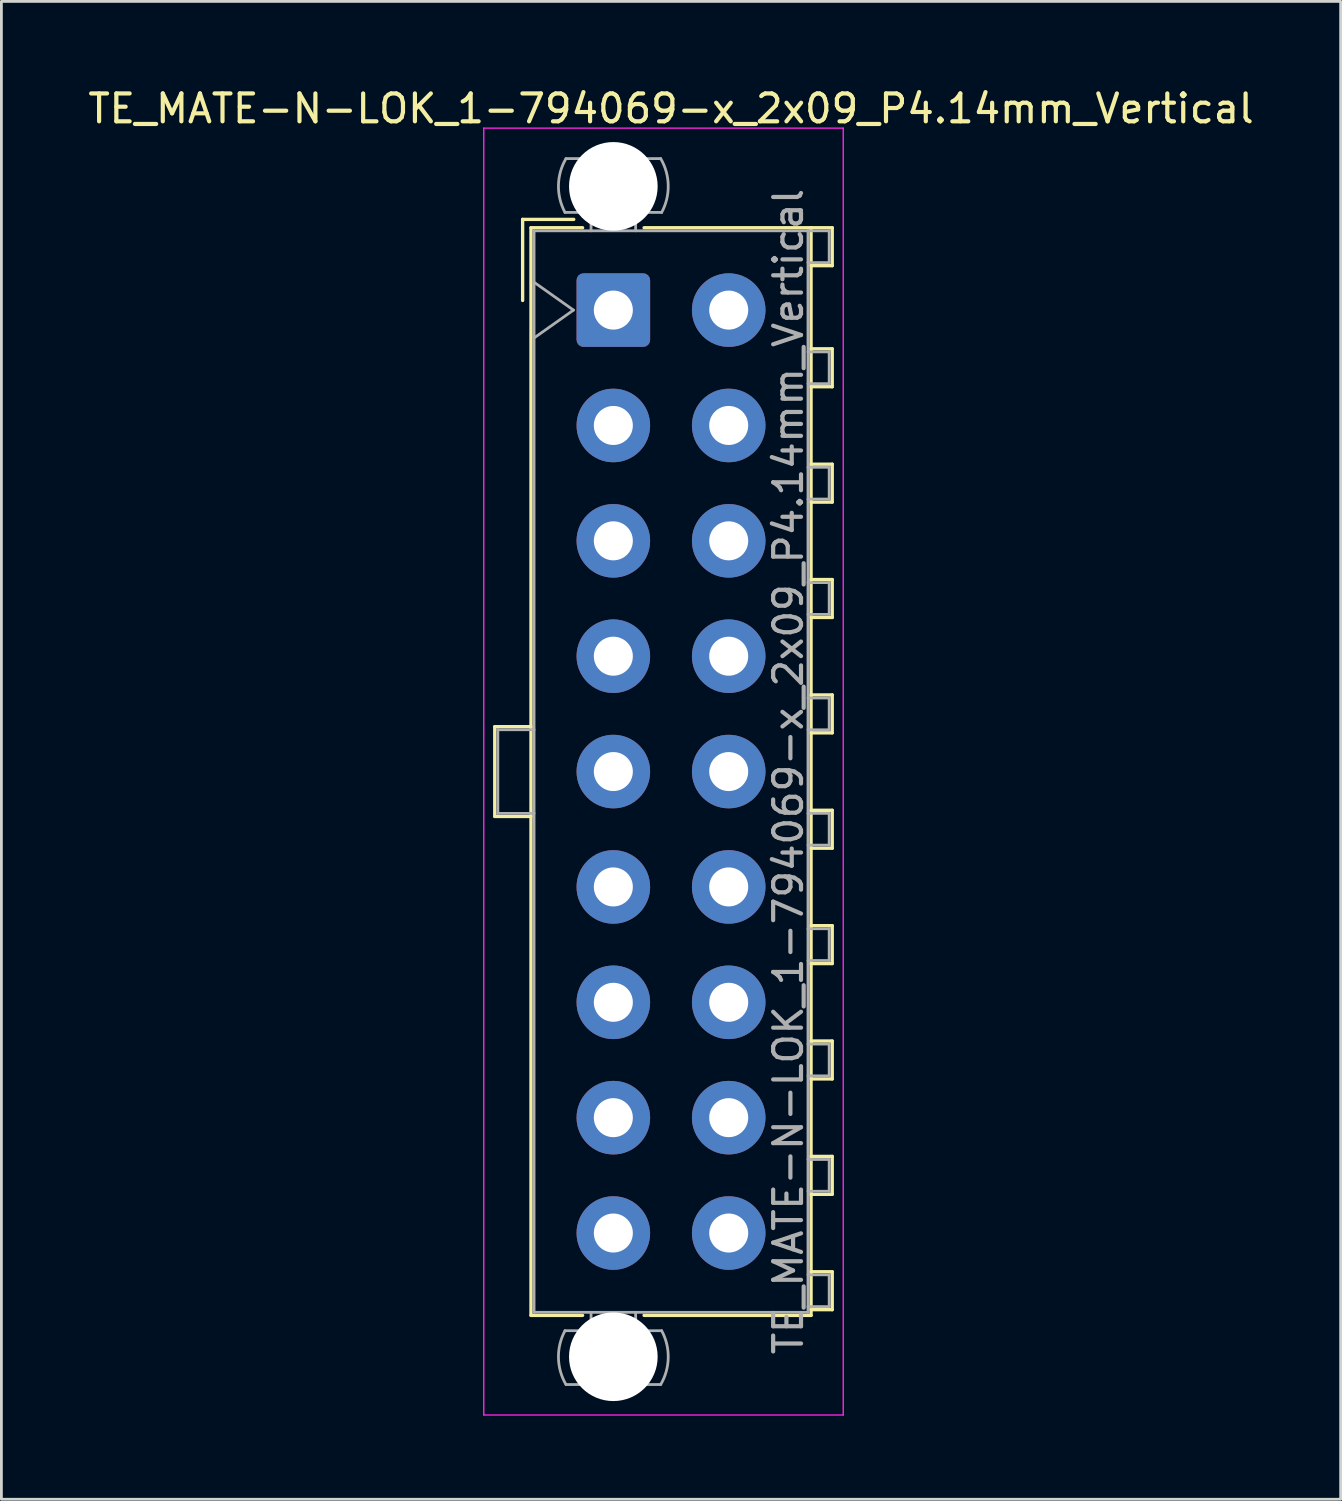
<source format=kicad_pcb>
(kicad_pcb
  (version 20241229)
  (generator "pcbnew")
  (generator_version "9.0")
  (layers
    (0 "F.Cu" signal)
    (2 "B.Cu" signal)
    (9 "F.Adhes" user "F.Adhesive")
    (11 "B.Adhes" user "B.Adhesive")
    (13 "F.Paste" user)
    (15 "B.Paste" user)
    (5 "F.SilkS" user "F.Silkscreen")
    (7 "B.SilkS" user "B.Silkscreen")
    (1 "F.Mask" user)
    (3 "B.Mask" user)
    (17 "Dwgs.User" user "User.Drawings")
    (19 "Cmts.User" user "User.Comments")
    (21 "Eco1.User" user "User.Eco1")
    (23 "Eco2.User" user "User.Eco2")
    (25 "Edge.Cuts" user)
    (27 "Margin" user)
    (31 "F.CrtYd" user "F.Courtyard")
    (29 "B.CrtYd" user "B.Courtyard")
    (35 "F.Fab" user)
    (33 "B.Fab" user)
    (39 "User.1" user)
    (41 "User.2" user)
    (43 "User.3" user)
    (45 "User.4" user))
  (footprint "TE_MATE-N-LOK_1-794069-x_2x09_P4.14mm_Vertical"
    (layer "F.Cu")
    (at 18.96 8.078)
    (property "Reference" "TE_MATE-N-LOK_1-794069-x_2x09_P4.14mm_Vertical" (at 2.07 -7.23 0) (layer "F.SilkS") (effects (font (size 1 1) (thickness 0.15))))
    (attr through_hole)
    (fp_line (start -4.255 14.95) (end -4.255 18.17) (stroke (width 0.12) (type solid)) (layer "F.SilkS"))
    (fp_line (start -4.255 18.17) (end -2.955 18.17) (stroke (width 0.12) (type solid)) (layer "F.SilkS"))
    (fp_line (start -3.255 -3.255) (end -3.255 -0.345) (stroke (width 0.12) (type solid)) (layer "F.SilkS"))
    (fp_line (start -2.955 -2.955) (end -2.955 36.075) (stroke (width 0.12) (type solid)) (layer "F.SilkS"))
    (fp_line (start -2.955 14.95) (end -4.255 14.95) (stroke (width 0.12) (type solid)) (layer "F.SilkS"))
    (fp_line (start -2.955 36.075) (end -1.103 36.075) (stroke (width 0.12) (type solid)) (layer "F.SilkS"))
    (fp_line (start -1.421 -3.255) (end -3.255 -3.255) (stroke (width 0.12) (type solid)) (layer "F.SilkS"))
    (fp_line (start -1.103 -2.955) (end -2.955 -2.955) (stroke (width 0.12) (type solid)) (layer "F.SilkS"))
    (fp_line (start 1.103 -2.955) (end 7.095 -2.955) (stroke (width 0.12) (type solid)) (layer "F.SilkS"))
    (fp_line (start 7.095 -2.955) (end 7.095 36.075) (stroke (width 0.12) (type solid)) (layer "F.SilkS"))
    (fp_line (start 7.095 -2.955) (end 7.855 -2.955) (stroke (width 0.12) (type solid)) (layer "F.SilkS"))
    (fp_line (start 7.095 1.39) (end 7.855 1.39) (stroke (width 0.12) (type solid)) (layer "F.SilkS"))
    (fp_line (start 7.095 5.53) (end 7.855 5.53) (stroke (width 0.12) (type solid)) (layer "F.SilkS"))
    (fp_line (start 7.095 9.67) (end 7.855 9.67) (stroke (width 0.12) (type solid)) (layer "F.SilkS"))
    (fp_line (start 7.095 13.81) (end 7.855 13.81) (stroke (width 0.12) (type solid)) (layer "F.SilkS"))
    (fp_line (start 7.095 17.95) (end 7.855 17.95) (stroke (width 0.12) (type solid)) (layer "F.SilkS"))
    (fp_line (start 7.095 22.09) (end 7.855 22.09) (stroke (width 0.12) (type solid)) (layer "F.SilkS"))
    (fp_line (start 7.095 26.23) (end 7.855 26.23) (stroke (width 0.12) (type solid)) (layer "F.SilkS"))
    (fp_line (start 7.095 30.37) (end 7.855 30.37) (stroke (width 0.12) (type solid)) (layer "F.SilkS"))
    (fp_line (start 7.095 34.51) (end 7.855 34.51) (stroke (width 0.12) (type solid)) (layer "F.SilkS"))
    (fp_line (start 7.095 36.075) (end 1.103 36.075) (stroke (width 0.12) (type solid)) (layer "F.SilkS"))
    (fp_line (start 7.855 -2.955) (end 7.855 -1.595) (stroke (width 0.12) (type solid)) (layer "F.SilkS"))
    (fp_line (start 7.855 -1.595) (end 7.095 -1.595) (stroke (width 0.12) (type solid)) (layer "F.SilkS"))
    (fp_line (start 7.855 1.39) (end 7.855 2.75) (stroke (width 0.12) (type solid)) (layer "F.SilkS"))
    (fp_line (start 7.855 2.75) (end 7.095 2.75) (stroke (width 0.12) (type solid)) (layer "F.SilkS"))
    (fp_line (start 7.855 5.53) (end 7.855 6.89) (stroke (width 0.12) (type solid)) (layer "F.SilkS"))
    (fp_line (start 7.855 6.89) (end 7.095 6.89) (stroke (width 0.12) (type solid)) (layer "F.SilkS"))
    (fp_line (start 7.855 9.67) (end 7.855 11.03) (stroke (width 0.12) (type solid)) (layer "F.SilkS"))
    (fp_line (start 7.855 11.03) (end 7.095 11.03) (stroke (width 0.12) (type solid)) (layer "F.SilkS"))
    (fp_line (start 7.855 13.81) (end 7.855 15.17) (stroke (width 0.12) (type solid)) (layer "F.SilkS"))
    (fp_line (start 7.855 15.17) (end 7.095 15.17) (stroke (width 0.12) (type solid)) (layer "F.SilkS"))
    (fp_line (start 7.855 17.95) (end 7.855 19.31) (stroke (width 0.12) (type solid)) (layer "F.SilkS"))
    (fp_line (start 7.855 19.31) (end 7.095 19.31) (stroke (width 0.12) (type solid)) (layer "F.SilkS"))
    (fp_line (start 7.855 22.09) (end 7.855 23.45) (stroke (width 0.12) (type solid)) (layer "F.SilkS"))
    (fp_line (start 7.855 23.45) (end 7.095 23.45) (stroke (width 0.12) (type solid)) (layer "F.SilkS"))
    (fp_line (start 7.855 26.23) (end 7.855 27.59) (stroke (width 0.12) (type solid)) (layer "F.SilkS"))
    (fp_line (start 7.855 27.59) (end 7.095 27.59) (stroke (width 0.12) (type solid)) (layer "F.SilkS"))
    (fp_line (start 7.855 30.37) (end 7.855 31.73) (stroke (width 0.12) (type solid)) (layer "F.SilkS"))
    (fp_line (start 7.855 31.73) (end 7.095 31.73) (stroke (width 0.12) (type solid)) (layer "F.SilkS"))
    (fp_line (start 7.855 34.51) (end 7.855 35.87) (stroke (width 0.12) (type solid)) (layer "F.SilkS"))
    (fp_line (start 7.855 35.87) (end 7.095 35.87) (stroke (width 0.12) (type solid)) (layer "F.SilkS"))
    (fp_line (start -4.65 -6.53) (end -4.65 39.65) (stroke (width 0.05) (type solid)) (layer "F.CrtYd"))
    (fp_line (start -4.65 39.65) (end 8.25 39.65) (stroke (width 0.05) (type solid)) (layer "F.CrtYd"))
    (fp_line (start 8.25 -6.53) (end -4.65 -6.53) (stroke (width 0.05) (type solid)) (layer "F.CrtYd"))
    (fp_line (start 8.25 39.65) (end 8.25 -6.53) (stroke (width 0.05) (type solid)) (layer "F.CrtYd"))
    (fp_line (start -4.145 15.06) (end -4.145 18.06) (stroke (width 0.1) (type solid)) (layer "F.Fab"))
    (fp_line (start -4.145 18.06) (end -2.845 18.06) (stroke (width 0.1) (type solid)) (layer "F.Fab"))
    (fp_line (start -2.845 -2.845) (end -2.845 35.965) (stroke (width 0.1) (type solid)) (layer "F.Fab"))
    (fp_line (start -2.845 -1) (end -1.431 0) (stroke (width 0.1) (type solid)) (layer "F.Fab"))
    (fp_line (start -2.845 15.06) (end -4.145 15.06) (stroke (width 0.1) (type solid)) (layer "F.Fab"))
    (fp_line (start -2.845 35.965) (end 6.985 35.965) (stroke (width 0.1) (type solid)) (layer "F.Fab"))
    (fp_line (start -1.431 0) (end -2.845 1) (stroke (width 0.1) (type solid)) (layer "F.Fab"))
    (fp_line (start -0.8 -2.845) (end -0.8 -3.505) (stroke (width 0.1) (type solid)) (layer "F.Fab"))
    (fp_line (start -0.8 35.965) (end -0.8 36.625) (stroke (width 0.1) (type solid)) (layer "F.Fab"))
    (fp_line (start 0.8 -2.845) (end 0.8 -3.505) (stroke (width 0.1) (type solid)) (layer "F.Fab"))
    (fp_line (start 0.8 35.965) (end 0.8 36.625) (stroke (width 0.1) (type solid)) (layer "F.Fab"))
    (fp_line (start 1.7 -5.436) (end -1.7 -5.436) (stroke (width 0.1) (type solid)) (layer "F.Fab"))
    (fp_line (start 1.7 38.556) (end -1.7 38.556) (stroke (width 0.1) (type solid)) (layer "F.Fab"))
    (fp_line (start 1.734 -3.505) (end -1.734 -3.505) (stroke (width 0.1) (type solid)) (layer "F.Fab"))
    (fp_line (start 1.734 36.625) (end -1.734 36.625) (stroke (width 0.1) (type solid)) (layer "F.Fab"))
    (fp_line (start 6.985 -2.845) (end -2.845 -2.845) (stroke (width 0.1) (type solid)) (layer "F.Fab"))
    (fp_line (start 6.985 -2.845) (end 7.745 -2.845) (stroke (width 0.1) (type solid)) (layer "F.Fab"))
    (fp_line (start 6.985 1.5) (end 7.745 1.5) (stroke (width 0.1) (type solid)) (layer "F.Fab"))
    (fp_line (start 6.985 5.64) (end 7.745 5.64) (stroke (width 0.1) (type solid)) (layer "F.Fab"))
    (fp_line (start 6.985 9.78) (end 7.745 9.78) (stroke (width 0.1) (type solid)) (layer "F.Fab"))
    (fp_line (start 6.985 13.92) (end 7.745 13.92) (stroke (width 0.1) (type solid)) (layer "F.Fab"))
    (fp_line (start 6.985 18.06) (end 7.745 18.06) (stroke (width 0.1) (type solid)) (layer "F.Fab"))
    (fp_line (start 6.985 22.2) (end 7.745 22.2) (stroke (width 0.1) (type solid)) (layer "F.Fab"))
    (fp_line (start 6.985 26.34) (end 7.745 26.34) (stroke (width 0.1) (type solid)) (layer "F.Fab"))
    (fp_line (start 6.985 30.48) (end 7.745 30.48) (stroke (width 0.1) (type solid)) (layer "F.Fab"))
    (fp_line (start 6.985 34.62) (end 7.745 34.62) (stroke (width 0.1) (type solid)) (layer "F.Fab"))
    (fp_line (start 6.985 35.965) (end 6.985 -2.845) (stroke (width 0.1) (type solid)) (layer "F.Fab"))
    (fp_line (start 7.745 -2.845) (end 7.745 -1.705) (stroke (width 0.1) (type solid)) (layer "F.Fab"))
    (fp_line (start 7.745 -1.705) (end 6.985 -1.705) (stroke (width 0.1) (type solid)) (layer "F.Fab"))
    (fp_line (start 7.745 1.5) (end 7.745 2.64) (stroke (width 0.1) (type solid)) (layer "F.Fab"))
    (fp_line (start 7.745 2.64) (end 6.985 2.64) (stroke (width 0.1) (type solid)) (layer "F.Fab"))
    (fp_line (start 7.745 5.64) (end 7.745 6.78) (stroke (width 0.1) (type solid)) (layer "F.Fab"))
    (fp_line (start 7.745 6.78) (end 6.985 6.78) (stroke (width 0.1) (type solid)) (layer "F.Fab"))
    (fp_line (start 7.745 9.78) (end 7.745 10.92) (stroke (width 0.1) (type solid)) (layer "F.Fab"))
    (fp_line (start 7.745 10.92) (end 6.985 10.92) (stroke (width 0.1) (type solid)) (layer "F.Fab"))
    (fp_line (start 7.745 13.92) (end 7.745 15.06) (stroke (width 0.1) (type solid)) (layer "F.Fab"))
    (fp_line (start 7.745 15.06) (end 6.985 15.06) (stroke (width 0.1) (type solid)) (layer "F.Fab"))
    (fp_line (start 7.745 18.06) (end 7.745 19.2) (stroke (width 0.1) (type solid)) (layer "F.Fab"))
    (fp_line (start 7.745 19.2) (end 6.985 19.2) (stroke (width 0.1) (type solid)) (layer "F.Fab"))
    (fp_line (start 7.745 22.2) (end 7.745 23.34) (stroke (width 0.1) (type solid)) (layer "F.Fab"))
    (fp_line (start 7.745 23.34) (end 6.985 23.34) (stroke (width 0.1) (type solid)) (layer "F.Fab"))
    (fp_line (start 7.745 26.34) (end 7.745 27.48) (stroke (width 0.1) (type solid)) (layer "F.Fab"))
    (fp_line (start 7.745 27.48) (end 6.985 27.48) (stroke (width 0.1) (type solid)) (layer "F.Fab"))
    (fp_line (start 7.745 30.48) (end 7.745 31.62) (stroke (width 0.1) (type solid)) (layer "F.Fab"))
    (fp_line (start 7.745 31.62) (end 6.985 31.62) (stroke (width 0.1) (type solid)) (layer "F.Fab"))
    (fp_line (start 7.745 34.62) (end 7.745 35.76) (stroke (width 0.1) (type solid)) (layer "F.Fab"))
    (fp_line (start 7.745 35.76) (end 6.985 35.76) (stroke (width 0.1) (type solid)) (layer "F.Fab"))
    (fp_arc (start -1.733977 -3.505) (mid -1.969689 -4.474992) (end -1.699672 -5.436) (stroke (width 0.1) (type solid)) (layer "F.Fab"))
    (fp_arc (start -1.699672 38.556) (mid -1.969689 37.594992) (end -1.733977 36.625) (stroke (width 0.1) (type solid)) (layer "F.Fab"))
    (fp_arc (start 1.699672 -5.436) (mid 1.969689 -4.474992) (end 1.733977 -3.505) (stroke (width 0.1) (type solid)) (layer "F.Fab"))
    (fp_arc (start 1.733977 36.625) (mid 1.969689 37.594992) (end 1.699672 38.556) (stroke (width 0.1) (type solid)) (layer "F.Fab"))
    (fp_text user "${REFERENCE}" (at 6.28 16.56 90) (layer "F.Fab") (effects (font (size 1 1) (thickness 0.15))))
    (pad "" np_thru_hole circle (at 0 -4.44) (size 3.18 3.18) (drill 3.18) (layers "*.Cu" "*.Mask"))
    (pad "" np_thru_hole circle (at 0 37.56) (size 3.18 3.18) (drill 3.18) (layers "*.Cu" "*.Mask"))
    (pad "1" thru_hole roundrect (at 0 0) (size 2.64 2.64) (drill 1.4) (layers "*.Cu" "*.Mask") (roundrect_rratio 0.095))
    (pad "2" thru_hole circle (at 0 4.14) (size 2.64 2.64) (drill 1.4) (layers "*.Cu" "*.Mask"))
    (pad "3" thru_hole circle (at 0 8.28) (size 2.64 2.64) (drill 1.4) (layers "*.Cu" "*.Mask"))
    (pad "4" thru_hole circle (at 0 12.42) (size 2.64 2.64) (drill 1.4) (layers "*.Cu" "*.Mask"))
    (pad "5" thru_hole circle (at 0 16.56) (size 2.64 2.64) (drill 1.4) (layers "*.Cu" "*.Mask"))
    (pad "6" thru_hole circle (at 0 20.7) (size 2.64 2.64) (drill 1.4) (layers "*.Cu" "*.Mask"))
    (pad "7" thru_hole circle (at 0 24.84) (size 2.64 2.64) (drill 1.4) (layers "*.Cu" "*.Mask"))
    (pad "8" thru_hole circle (at 0 28.98) (size 2.64 2.64) (drill 1.4) (layers "*.Cu" "*.Mask"))
    (pad "9" thru_hole circle (at 0 33.12) (size 2.64 2.64) (drill 1.4) (layers "*.Cu" "*.Mask"))
    (pad "10" thru_hole circle (at 4.14 0) (size 2.64 2.64) (drill 1.4) (layers "*.Cu" "*.Mask"))
    (pad "11" thru_hole circle (at 4.14 4.14) (size 2.64 2.64) (drill 1.4) (layers "*.Cu" "*.Mask"))
    (pad "12" thru_hole circle (at 4.14 8.28) (size 2.64 2.64) (drill 1.4) (layers "*.Cu" "*.Mask"))
    (pad "13" thru_hole circle (at 4.14 12.42) (size 2.64 2.64) (drill 1.4) (layers "*.Cu" "*.Mask"))
    (pad "14" thru_hole circle (at 4.14 16.56) (size 2.64 2.64) (drill 1.4) (layers "*.Cu" "*.Mask"))
    (pad "15" thru_hole circle (at 4.14 20.7) (size 2.64 2.64) (drill 1.4) (layers "*.Cu" "*.Mask"))
    (pad "16" thru_hole circle (at 4.14 24.84) (size 2.64 2.64) (drill 1.4) (layers "*.Cu" "*.Mask"))
    (pad "17" thru_hole circle (at 4.14 28.98) (size 2.64 2.64) (drill 1.4) (layers "*.Cu" "*.Mask"))
    (pad "18" thru_hole circle (at 4.14 33.12) (size 2.64 2.64) (drill 1.4) (layers "*.Cu" "*.Mask")))
  (gr_rect
    (start -3 -3)
    (end 45.06 50.753)
    (stroke (width 0.1) (type default))
    (fill no)
    (layer "Edge.Cuts")))
</source>
